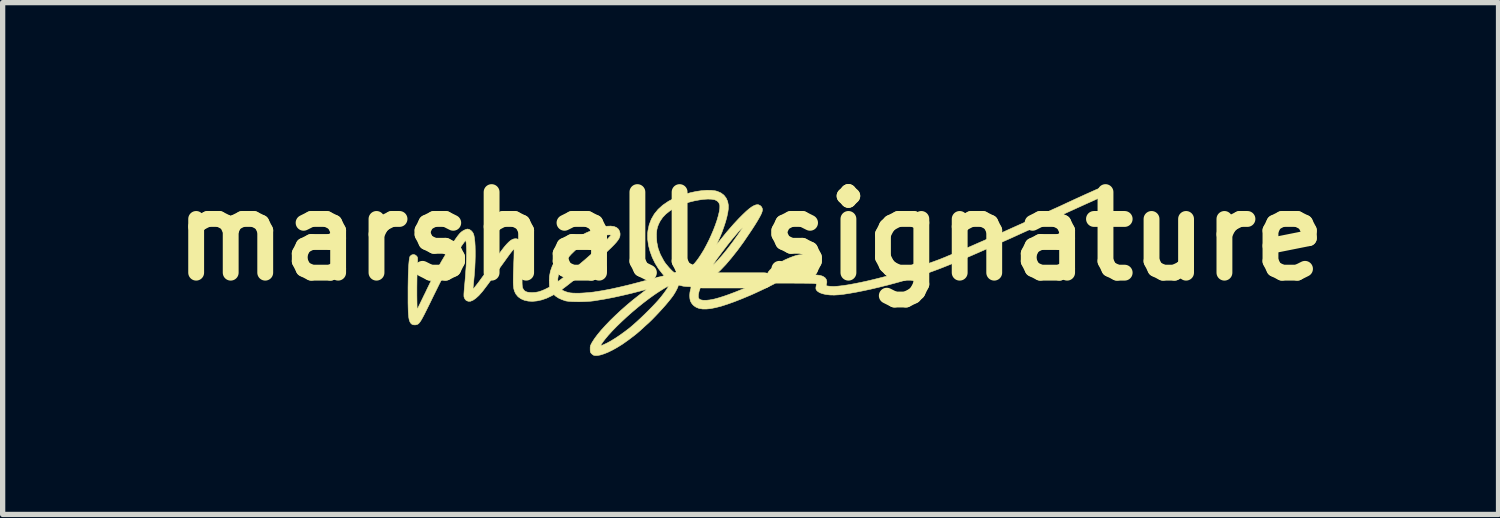
<source format=kicad_pcb>
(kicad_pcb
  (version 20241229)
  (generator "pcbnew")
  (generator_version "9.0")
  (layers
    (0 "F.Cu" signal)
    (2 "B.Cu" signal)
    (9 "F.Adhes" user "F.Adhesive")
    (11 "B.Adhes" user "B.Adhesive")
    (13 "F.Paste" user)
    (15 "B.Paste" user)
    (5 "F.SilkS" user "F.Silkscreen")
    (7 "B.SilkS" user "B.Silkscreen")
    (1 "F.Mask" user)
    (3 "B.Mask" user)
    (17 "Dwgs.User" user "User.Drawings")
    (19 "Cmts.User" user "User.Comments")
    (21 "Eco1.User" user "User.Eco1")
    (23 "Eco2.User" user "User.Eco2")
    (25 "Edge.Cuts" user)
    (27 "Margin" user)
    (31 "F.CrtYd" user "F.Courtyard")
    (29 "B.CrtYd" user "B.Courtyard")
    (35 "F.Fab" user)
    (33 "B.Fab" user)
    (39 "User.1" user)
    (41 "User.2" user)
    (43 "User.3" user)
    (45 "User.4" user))
  (footprint "marshall_signature"
    (layer "F.Cu")
    (at 11.147 1.418)
    (property "Reference" "marshall_signature" (at 0 0 0) (layer "F.SilkS") (effects (font (size 1.524 1.524) (thickness 0.3))))
    (attr through_hole)
    (fp_poly (pts (xy 6.691 -0.916) (xy 6.715 -0.898) (xy 6.732 -0.877) (xy 6.739 -0.859) (xy 6.737 -0.837) (xy 6.735 -0.826) (xy 6.734 -0.817) (xy 6.731 -0.809) (xy 6.726 -0.8) (xy 6.716 -0.791) (xy 6.702 -0.781) (xy 6.682 -0.769) (xy 6.654 -0.754) (xy 6.617 -0.736) (xy 6.571 -0.714) (xy 6.513 -0.687) (xy 6.443 -0.655) (xy 6.359 -0.618) (xy 6.26 -0.573) (xy 6.228 -0.558) (xy 6.185 -0.539) (xy 6.129 -0.513) (xy 6.062 -0.483) (xy 5.988 -0.449) (xy 5.91 -0.413) (xy 5.83 -0.377) (xy 5.765 -0.347) (xy 5.532 -0.241) (xy 5.315 -0.142) (xy 5.112 -0.05) (xy 4.924 0.036) (xy 4.748 0.114) (xy 4.585 0.187) (xy 4.434 0.254) (xy 4.293 0.316) (xy 4.162 0.373) (xy 4.04 0.425) (xy 3.927 0.472) (xy 3.821 0.516) (xy 3.722 0.556) (xy 3.629 0.593) (xy 3.541 0.627) (xy 3.457 0.658) (xy 3.377 0.687) (xy 3.299 0.714) (xy 3.224 0.74) (xy 3.22 0.741) (xy 3.072 0.788) (xy 2.918 0.835) (xy 2.76 0.879) (xy 2.601 0.922) (xy 2.443 0.961) (xy 2.288 0.998) (xy 2.139 1.03) (xy 1.999 1.058) (xy 1.868 1.081) (xy 1.751 1.099) (xy 1.669 1.108) (xy 1.582 1.113) (xy 1.5 1.111) (xy 1.424 1.102) (xy 1.359 1.087) (xy 1.305 1.067) (xy 1.266 1.041) (xy 1.263 1.038) (xy 1.244 1.017) (xy 1.236 0.998) (xy 1.235 0.975) (xy 1.236 0.968) (xy 1.24 0.941) (xy 1.245 0.919) (xy 1.246 0.915) (xy 1.248 0.909) (xy 1.246 0.904) (xy 1.238 0.9) (xy 1.224 0.897) (xy 1.202 0.894) (xy 1.17 0.892) (xy 1.128 0.891) (xy 1.072 0.89) (xy 1.003 0.889) (xy 0.918 0.889) (xy 0.834 0.888) (xy 0.475 0.887) (xy 0.322 0.964) (xy 0.26 0.994) (xy 0.188 1.028) (xy 0.113 1.063) (xy 0.041 1.096) (xy 0 1.114) (xy -0.16 1.181) (xy -0.305 1.238) (xy -0.437 1.285) (xy -0.555 1.323) (xy -0.661 1.35) (xy -0.755 1.369) (xy -0.838 1.377) (xy -0.91 1.376) (xy -0.973 1.366) (xy -1.026 1.346) (xy -1.07 1.317) (xy -1.096 1.292) (xy -1.118 1.263) (xy -1.135 1.232) (xy -1.141 1.217) (xy -1.149 1.173) (xy -1.152 1.12) (xy -1.148 1.067) (xy -1.139 1.02) (xy -1.139 1.02) (xy -1.129 0.986) (xy -1.127 0.966) (xy -1.135 0.956) (xy -1.156 0.953) (xy -1.186 0.953) (xy -1.229 0.95) (xy -1.273 0.945) (xy -1.3 0.939) (xy -1.335 0.93) (xy -1.356 0.926) (xy -1.366 0.928) (xy -1.369 0.934) (xy -1.37 0.939) (xy -1.374 0.957) (xy -1.387 0.986) (xy -1.405 1.022) (xy -1.427 1.062) (xy -1.451 1.101) (xy -1.463 1.12) (xy -1.5 1.17) (xy -1.547 1.229) (xy -1.603 1.296) (xy -1.665 1.366) (xy -1.731 1.438) (xy -1.798 1.509) (xy -1.864 1.577) (xy -1.927 1.638) (xy -1.955 1.663) (xy -1.994 1.698) (xy -2.031 1.732) (xy -2.063 1.761) (xy -2.086 1.783) (xy -2.091 1.787) (xy -2.133 1.823) (xy -2.185 1.866) (xy -2.245 1.912) (xy -2.307 1.959) (xy -2.369 2.003) (xy -2.424 2.042) (xy -2.44 2.052) (xy -2.531 2.108) (xy -2.618 2.156) (xy -2.7 2.196) (xy -2.776 2.226) (xy -2.844 2.247) (xy -2.902 2.257) (xy -2.948 2.256) (xy -2.971 2.25) (xy -2.989 2.238) (xy -3.01 2.22) (xy -3.012 2.218) (xy -3.024 2.202) (xy -3.031 2.184) (xy -3.034 2.157) (xy -3.034 2.133) (xy -3.034 2.102) (xy -3.03 2.077) (xy -3.025 2.064) (xy -2.833 2.064) (xy -2.83 2.067) (xy -2.819 2.065) (xy -2.816 2.064) (xy -2.797 2.058) (xy -2.767 2.045) (xy -2.73 2.028) (xy -2.708 2.017) (xy -2.634 1.976) (xy -2.55 1.924) (xy -2.461 1.864) (xy -2.369 1.797) (xy -2.277 1.726) (xy -2.268 1.718) (xy -2.212 1.67) (xy -2.148 1.613) (xy -2.078 1.548) (xy -2.006 1.479) (xy -1.934 1.408) (xy -1.866 1.339) (xy -1.803 1.273) (xy -1.749 1.214) (xy -1.716 1.175) (xy -1.681 1.132) (xy -1.647 1.088) (xy -1.616 1.046) (xy -1.59 1.009) (xy -1.57 0.978) (xy -1.558 0.956) (xy -1.555 0.946) (xy -1.555 0.945) (xy -1.565 0.948) (xy -1.587 0.959) (xy -1.62 0.978) (xy -1.661 1.003) (xy -1.709 1.033) (xy -1.76 1.066) (xy -1.812 1.101) (xy -1.818 1.105) (xy -1.92 1.178) (xy -2.025 1.258) (xy -2.132 1.344) (xy -2.238 1.433) (xy -2.341 1.524) (xy -2.44 1.616) (xy -2.533 1.706) (xy -2.618 1.793) (xy -2.692 1.874) (xy -2.755 1.95) (xy -2.794 2.001) (xy -2.816 2.034) (xy -2.829 2.054) (xy -2.833 2.064) (xy -3.025 2.064) (xy -3.021 2.053) (xy -3.006 2.023) (xy -2.994 2.002) (xy -2.95 1.934) (xy -2.893 1.858) (xy -2.824 1.775) (xy -2.743 1.686) (xy -2.654 1.593) (xy -2.556 1.498) (xy -2.453 1.402) (xy -2.344 1.306) (xy -2.232 1.212) (xy -2.118 1.122) (xy -2.046 1.067) (xy -2.015 1.043) (xy -1.99 1.024) (xy -1.975 1.011) (xy -1.972 1.007) (xy -1.983 1.009) (xy -2.008 1.015) (xy -2.044 1.025) (xy -2.088 1.037) (xy -2.112 1.043) (xy -2.267 1.083) (xy -2.43 1.121) (xy -2.594 1.157) (xy -2.755 1.188) (xy -2.907 1.213) (xy -2.962 1.222) (xy -3.022 1.229) (xy -3.091 1.234) (xy -3.165 1.237) (xy -3.24 1.239) (xy -3.313 1.238) (xy -3.38 1.236) (xy -3.438 1.232) (xy -3.483 1.226) (xy -3.502 1.222) (xy -3.57 1.198) (xy -3.63 1.171) (xy -3.678 1.14) (xy -3.689 1.132) (xy -3.72 1.104) (xy -3.763 1.127) (xy -3.857 1.172) (xy -3.95 1.204) (xy -4.041 1.224) (xy -4.127 1.232) (xy -4.207 1.227) (xy -4.28 1.211) (xy -4.344 1.183) (xy -4.398 1.144) (xy -4.44 1.093) (xy -4.464 1.044) (xy -4.472 1.019) (xy -4.479 0.992) (xy -4.483 0.961) (xy -4.487 0.924) (xy -4.489 0.879) (xy -4.489 0.823) (xy -4.488 0.756) (xy -4.486 0.675) (xy -4.482 0.578) (xy -4.481 0.556) (xy -4.479 0.484) (xy -4.476 0.417) (xy -4.475 0.359) (xy -4.474 0.311) (xy -4.474 0.275) (xy -4.474 0.253) (xy -4.475 0.248) (xy -4.478 0.247) (xy -4.483 0.25) (xy -4.492 0.258) (xy -4.503 0.271) (xy -4.52 0.292) (xy -4.542 0.32) (xy -4.57 0.358) (xy -4.605 0.406) (xy -4.648 0.466) (xy -4.7 0.538) (xy -4.761 0.623) (xy -4.769 0.634) (xy -4.821 0.707) (xy -4.873 0.778) (xy -4.922 0.845) (xy -4.968 0.908) (xy -5.009 0.962) (xy -5.043 1.007) (xy -5.069 1.041) (xy -5.079 1.053) (xy -5.141 1.123) (xy -5.199 1.175) (xy -5.251 1.211) (xy -5.298 1.23) (xy -5.34 1.231) (xy -5.377 1.216) (xy -5.394 1.2) (xy -5.41 1.175) (xy -5.421 1.145) (xy -5.421 1.144) (xy -5.422 1.126) (xy -5.422 1.092) (xy -5.419 1.047) (xy -5.415 0.993) (xy -5.41 0.933) (xy -5.407 0.907) (xy -5.4 0.831) (xy -5.393 0.746) (xy -5.387 0.658) (xy -5.381 0.574) (xy -5.377 0.508) (xy -5.374 0.436) (xy -5.373 0.365) (xy -5.372 0.298) (xy -5.373 0.235) (xy -5.375 0.181) (xy -5.378 0.137) (xy -5.382 0.105) (xy -5.387 0.087) (xy -5.391 0.084) (xy -5.401 0.093) (xy -5.42 0.117) (xy -5.445 0.152) (xy -5.476 0.197) (xy -5.511 0.25) (xy -5.55 0.309) (xy -5.59 0.372) (xy -5.631 0.438) (xy -5.672 0.505) (xy -5.711 0.57) (xy -5.74 0.621) (xy -5.76 0.658) (xy -5.787 0.708) (xy -5.82 0.771) (xy -5.856 0.842) (xy -5.896 0.921) (xy -5.937 1.004) (xy -5.979 1.089) (xy -6.011 1.154) (xy -6.061 1.257) (xy -6.105 1.346) (xy -6.142 1.42) (xy -6.173 1.482) (xy -6.2 1.533) (xy -6.222 1.573) (xy -6.241 1.604) (xy -6.257 1.627) (xy -6.271 1.644) (xy -6.283 1.656) (xy -6.295 1.664) (xy -6.296 1.665) (xy -6.33 1.676) (xy -6.367 1.677) (xy -6.399 1.669) (xy -6.41 1.662) (xy -6.426 1.647) (xy -6.439 1.628) (xy -6.45 1.604) (xy -6.459 1.573) (xy -6.466 1.533) (xy -6.471 1.483) (xy -6.475 1.422) (xy -6.477 1.348) (xy -6.479 1.259) (xy -6.479 1.155) (xy -6.479 1.107) (xy -6.479 0.97) (xy -6.477 0.846) (xy -6.475 0.735) (xy -6.471 0.637) (xy -6.467 0.554) (xy -6.461 0.486) (xy -6.455 0.433) (xy -6.448 0.398) (xy -6.442 0.381) (xy -6.414 0.356) (xy -6.381 0.346) (xy -6.348 0.352) (xy -6.318 0.374) (xy -6.312 0.382) (xy -6.306 0.39) (xy -6.302 0.399) (xy -6.299 0.412) (xy -6.298 0.43) (xy -6.298 0.457) (xy -6.299 0.493) (xy -6.301 0.543) (xy -6.304 0.608) (xy -6.304 0.627) (xy -6.307 0.698) (xy -6.31 0.783) (xy -6.311 0.874) (xy -6.312 0.968) (xy -6.312 1.058) (xy -6.312 1.12) (xy -6.311 1.197) (xy -6.31 1.258) (xy -6.309 1.304) (xy -6.308 1.337) (xy -6.307 1.358) (xy -6.305 1.37) (xy -6.302 1.373) (xy -6.299 1.37) (xy -6.295 1.362) (xy -6.294 1.361) (xy -6.286 1.344) (xy -6.271 1.313) (xy -6.251 1.272) (xy -6.227 1.222) (xy -6.2 1.167) (xy -6.182 1.129) (xy -6.151 1.067) (xy -6.121 1.003) (xy -6.091 0.942) (xy -6.065 0.888) (xy -6.044 0.844) (xy -6.037 0.83) (xy -5.996 0.748) (xy -5.949 0.66) (xy -5.898 0.568) (xy -5.845 0.473) (xy -5.789 0.379) (xy -5.733 0.287) (xy -5.679 0.2) (xy -5.627 0.121) (xy -5.579 0.05) (xy -5.537 -0.008) (xy -5.502 -0.051) (xy -5.473 -0.079) (xy -5.436 -0.105) (xy -5.397 -0.124) (xy -5.363 -0.135) (xy -5.352 -0.136) (xy -5.319 -0.128) (xy -5.286 -0.106) (xy -5.257 -0.074) (xy -5.246 -0.054) (xy -5.233 -0.017) (xy -5.223 0.037) (xy -5.215 0.106) (xy -5.21 0.187) (xy -5.208 0.279) (xy -5.208 0.381) (xy -5.211 0.49) (xy -5.216 0.604) (xy -5.225 0.723) (xy -5.236 0.844) (xy -5.239 0.875) (xy -5.243 0.919) (xy -5.247 0.956) (xy -5.249 0.983) (xy -5.249 0.995) (xy -5.249 0.996) (xy -5.241 0.991) (xy -5.224 0.972) (xy -5.199 0.941) (xy -5.166 0.899) (xy -5.127 0.847) (xy -5.082 0.785) (xy -5.082 0.785) (xy -5.046 0.736) (xy -5.01 0.685) (xy -4.975 0.636) (xy -4.946 0.596) (xy -4.935 0.581) (xy -4.911 0.548) (xy -4.879 0.504) (xy -4.844 0.454) (xy -4.806 0.401) (xy -4.775 0.358) (xy -4.715 0.276) (xy -4.663 0.208) (xy -4.617 0.154) (xy -4.576 0.112) (xy -4.54 0.081) (xy -4.506 0.061) (xy -4.475 0.05) (xy -4.443 0.047) (xy -4.429 0.048) (xy -4.389 0.059) (xy -4.358 0.084) (xy -4.334 0.124) (xy -4.33 0.135) (xy -4.325 0.149) (xy -4.321 0.165) (xy -4.319 0.184) (xy -4.317 0.21) (xy -4.316 0.244) (xy -4.316 0.289) (xy -4.316 0.348) (xy -4.317 0.422) (xy -4.318 0.435) (xy -4.319 0.545) (xy -4.321 0.639) (xy -4.322 0.717) (xy -4.322 0.782) (xy -4.322 0.835) (xy -4.322 0.877) (xy -4.321 0.909) (xy -4.319 0.935) (xy -4.317 0.954) (xy -4.314 0.969) (xy -4.31 0.98) (xy -4.306 0.991) (xy -4.304 0.993) (xy -4.284 1.024) (xy -4.257 1.045) (xy -4.22 1.058) (xy -4.171 1.064) (xy -4.128 1.065) (xy -4.069 1.062) (xy -4.013 1.052) (xy -3.955 1.033) (xy -3.89 1.006) (xy -3.855 0.988) (xy -3.804 0.963) (xy -3.808 0.868) (xy -3.807 0.832) (xy -3.648 0.832) (xy -3.646 0.849) (xy -3.643 0.853) (xy -3.633 0.848) (xy -3.613 0.834) (xy -3.586 0.815) (xy -3.58 0.81) (xy -3.501 0.748) (xy -3.414 0.679) (xy -3.324 0.605) (xy -3.231 0.527) (xy -3.137 0.448) (xy -3.046 0.368) (xy -2.959 0.291) (xy -2.879 0.218) (xy -2.806 0.151) (xy -2.745 0.091) (xy -2.703 0.049) (xy -2.635 -0.023) (xy -2.667 -0.026) (xy -2.712 -0.024) (xy -2.769 -0.014) (xy -2.836 0.005) (xy -2.908 0.03) (xy -2.984 0.062) (xy -3.06 0.097) (xy -3.133 0.136) (xy -3.201 0.177) (xy -3.243 0.207) (xy -3.32 0.269) (xy -3.394 0.341) (xy -3.463 0.419) (xy -3.523 0.499) (xy -3.574 0.579) (xy -3.61 0.655) (xy -3.613 0.66) (xy -3.623 0.693) (xy -3.633 0.73) (xy -3.641 0.769) (xy -3.646 0.804) (xy -3.648 0.832) (xy -3.807 0.832) (xy -3.805 0.764) (xy -3.786 0.662) (xy -3.75 0.561) (xy -3.698 0.461) (xy -3.628 0.36) (xy -3.541 0.258) (xy -3.497 0.213) (xy -3.407 0.129) (xy -3.317 0.057) (xy -3.221 -0.005) (xy -3.116 -0.061) (xy -2.998 -0.112) (xy -2.894 -0.149) (xy -2.8 -0.175) (xy -2.717 -0.189) (xy -2.645 -0.192) (xy -2.584 -0.184) (xy -2.535 -0.164) (xy -2.499 -0.133) (xy -2.477 -0.091) (xy -2.469 -0.054) (xy -2.469 -0.022) (xy -2.474 0.009) (xy -2.487 0.04) (xy -2.508 0.074) (xy -2.539 0.114) (xy -2.581 0.16) (xy -2.636 0.216) (xy -2.646 0.225) (xy -2.757 0.331) (xy -2.88 0.444) (xy -3.011 0.558) (xy -3.145 0.673) (xy -3.28 0.783) (xy -3.411 0.886) (xy -3.429 0.9) (xy -3.471 0.933) (xy -3.509 0.962) (xy -3.54 0.985) (xy -3.56 1.001) (xy -3.569 1.008) (xy -3.567 1.016) (xy -3.551 1.026) (xy -3.525 1.038) (xy -3.491 1.051) (xy -3.455 1.062) (xy -3.418 1.07) (xy -3.408 1.072) (xy -3.359 1.076) (xy -3.295 1.078) (xy -3.22 1.077) (xy -3.139 1.072) (xy -3.054 1.065) (xy -2.969 1.056) (xy -2.944 1.052) (xy -2.805 1.03) (xy -2.65 1.001) (xy -2.482 0.964) (xy -2.301 0.921) (xy -2.109 0.871) (xy -2.023 0.848) (xy -1.958 0.83) (xy -1.892 0.813) (xy -1.831 0.797) (xy -1.778 0.783) (xy -1.776 0.783) (xy -1.208 0.783) (xy -1.205 0.787) (xy -1.187 0.789) (xy -1.179 0.789) (xy -1.144 0.787) (xy -1.105 0.782) (xy -1.087 0.779) (xy -1.057 0.772) (xy -1.04 0.763) (xy -1.027 0.748) (xy -1.017 0.728) (xy -0.997 0.688) (xy -1.029 0.707) (xy -1.053 0.72) (xy -1.088 0.735) (xy -1.124 0.748) (xy -1.168 0.764) (xy -1.196 0.775) (xy -1.208 0.783) (xy -1.776 0.783) (xy -1.736 0.772) (xy -1.722 0.769) (xy -1.634 0.748) (xy -1.666 0.712) (xy -1.741 0.616) (xy -1.806 0.511) (xy -1.86 0.4) (xy -1.902 0.285) (xy -1.932 0.169) (xy -1.947 0.055) (xy -1.947 -0.005) (xy -1.781 -0.005) (xy -1.773 0.115) (xy -1.749 0.231) (xy -1.707 0.344) (xy -1.647 0.456) (xy -1.63 0.484) (xy -1.607 0.517) (xy -1.578 0.552) (xy -1.547 0.589) (xy -1.515 0.624) (xy -1.485 0.654) (xy -1.46 0.676) (xy -1.443 0.688) (xy -1.438 0.689) (xy -1.426 0.686) (xy -1.402 0.677) (xy -1.369 0.664) (xy -1.347 0.654) (xy -1.3 0.635) (xy -1.248 0.615) (xy -1.2 0.598) (xy -1.19 0.594) (xy -1.15 0.58) (xy -1.117 0.563) (xy -1.092 0.544) (xy -0.711 0.544) (xy -0.71 0.548) (xy -0.7 0.539) (xy -0.681 0.52) (xy -0.655 0.493) (xy -0.623 0.459) (xy -0.589 0.42) (xy -0.552 0.378) (xy -0.515 0.335) (xy -0.48 0.292) (xy -0.457 0.264) (xy -0.416 0.212) (xy -0.372 0.154) (xy -0.326 0.093) (xy -0.282 0.031) (xy -0.24 -0.027) (xy -0.204 -0.08) (xy -0.175 -0.124) (xy -0.159 -0.15) (xy -0.156 -0.159) (xy -0.162 -0.155) (xy -0.178 -0.14) (xy -0.202 -0.115) (xy -0.232 -0.082) (xy -0.267 -0.041) (xy -0.306 0.005) (xy -0.344 0.05) (xy -0.392 0.109) (xy -0.441 0.171) (xy -0.491 0.236) (xy -0.54 0.3) (xy -0.585 0.361) (xy -0.627 0.417) (xy -0.662 0.467) (xy -0.689 0.507) (xy -0.707 0.537) (xy -0.711 0.544) (xy -1.092 0.544) (xy -1.088 0.541) (xy -1.058 0.511) (xy -1.025 0.471) (xy -0.987 0.42) (xy -0.936 0.343) (xy -0.884 0.259) (xy -0.835 0.168) (xy -0.787 0.073) (xy -0.743 -0.023) (xy -0.702 -0.119) (xy -0.666 -0.213) (xy -0.635 -0.303) (xy -0.611 -0.386) (xy -0.593 -0.461) (xy -0.583 -0.526) (xy -0.582 -0.578) (xy -0.585 -0.595) (xy -0.601 -0.634) (xy -0.631 -0.666) (xy -0.673 -0.688) (xy -0.681 -0.69) (xy -0.737 -0.7) (xy -0.806 -0.703) (xy -0.886 -0.698) (xy -0.972 -0.686) (xy -1.063 -0.669) (xy -1.155 -0.646) (xy -1.245 -0.617) (xy -1.329 -0.585) (xy -1.437 -0.534) (xy -1.527 -0.479) (xy -1.602 -0.42) (xy -1.663 -0.356) (xy -1.71 -0.287) (xy -1.74 -0.228) (xy -1.76 -0.175) (xy -1.773 -0.121) (xy -1.779 -0.06) (xy -1.781 -0.005) (xy -1.947 -0.005) (xy -1.947 -0.054) (xy -1.942 -0.103) (xy -1.918 -0.217) (xy -1.877 -0.323) (xy -1.821 -0.42) (xy -1.749 -0.508) (xy -1.662 -0.587) (xy -1.558 -0.658) (xy -1.537 -0.67) (xy -1.446 -0.716) (xy -1.347 -0.758) (xy -1.244 -0.793) (xy -1.138 -0.823) (xy -1.032 -0.846) (xy -0.93 -0.861) (xy -0.833 -0.869) (xy -0.745 -0.868) (xy -0.668 -0.859) (xy -0.63 -0.849) (xy -0.561 -0.819) (xy -0.505 -0.777) (xy -0.463 -0.723) (xy -0.434 -0.659) (xy -0.42 -0.585) (xy -0.421 -0.518) (xy -0.431 -0.447) (xy -0.449 -0.363) (xy -0.474 -0.271) (xy -0.506 -0.174) (xy -0.542 -0.074) (xy -0.583 0.025) (xy -0.604 0.07) (xy -0.62 0.105) (xy -0.632 0.133) (xy -0.639 0.15) (xy -0.64 0.154) (xy -0.634 0.148) (xy -0.619 0.129) (xy -0.598 0.103) (xy -0.582 0.083) (xy -0.452 -0.078) (xy -0.319 -0.231) (xy -0.22 -0.337) (xy -0.146 -0.411) (xy -0.082 -0.472) (xy -0.026 -0.52) (xy 0.022 -0.555) (xy 0.064 -0.579) (xy 0.101 -0.593) (xy 0.133 -0.597) (xy 0.149 -0.595) (xy 0.182 -0.58) (xy 0.209 -0.553) (xy 0.223 -0.52) (xy 0.225 -0.499) (xy 0.22 -0.472) (xy 0.209 -0.438) (xy 0.19 -0.397) (xy 0.162 -0.346) (xy 0.126 -0.284) (xy 0.081 -0.211) (xy 0.026 -0.126) (xy -0.017 -0.062) (xy -0.135 0.112) (xy -0.25 0.269) (xy -0.362 0.41) (xy -0.468 0.535) (xy -0.571 0.643) (xy -0.669 0.734) (xy -0.763 0.808) (xy -0.852 0.865) (xy -0.855 0.867) (xy -0.921 0.903) (xy -0.952 0.98) (xy -0.975 1.046) (xy -0.987 1.104) (xy -0.988 1.151) (xy -0.985 1.164) (xy -0.971 1.188) (xy -0.94 1.204) (xy -0.896 1.212) (xy -0.84 1.212) (xy -0.772 1.205) (xy -0.694 1.19) (xy -0.688 1.189) (xy -0.607 1.167) (xy -0.511 1.137) (xy -0.405 1.1) (xy -0.289 1.056) (xy -0.167 1.007) (xy -0.04 0.953) (xy 0.088 0.895) (xy 0.179 0.852) (xy 0.308 0.791) (xy 0.308 0.758) (xy 0.315 0.717) (xy 0.335 0.677) (xy 0.369 0.635) (xy 0.419 0.59) (xy 0.485 0.542) (xy 0.495 0.535) (xy 0.574 0.487) (xy 0.654 0.445) (xy 0.742 0.407) (xy 0.794 0.387) (xy 0.843 0.37) (xy 0.882 0.359) (xy 0.916 0.353) (xy 0.952 0.35) (xy 0.963 0.35) (xy 1 0.35) (xy 1.024 0.353) (xy 1.04 0.359) (xy 1.054 0.369) (xy 1.056 0.371) (xy 1.078 0.401) (xy 1.085 0.436) (xy 1.075 0.477) (xy 1.072 0.484) (xy 1.052 0.515) (xy 1.015 0.551) (xy 0.963 0.593) (xy 0.895 0.64) (xy 0.846 0.672) (xy 0.816 0.691) (xy 0.793 0.707) (xy 0.781 0.717) (xy 0.781 0.719) (xy 0.789 0.721) (xy 0.813 0.723) (xy 0.851 0.724) (xy 0.899 0.725) (xy 0.955 0.726) (xy 0.996 0.726) (xy 1.085 0.727) (xy 1.159 0.728) (xy 1.219 0.731) (xy 1.267 0.735) (xy 1.306 0.74) (xy 1.337 0.748) (xy 1.363 0.757) (xy 1.372 0.761) (xy 1.411 0.788) (xy 1.435 0.824) (xy 1.443 0.866) (xy 1.434 0.91) (xy 1.43 0.924) (xy 1.432 0.933) (xy 1.444 0.939) (xy 1.467 0.943) (xy 1.506 0.947) (xy 1.517 0.948) (xy 1.576 0.95) (xy 1.651 0.945) (xy 1.74 0.935) (xy 1.841 0.92) (xy 1.952 0.9) (xy 2.074 0.876) (xy 2.203 0.848) (xy 2.338 0.816) (xy 2.477 0.781) (xy 2.62 0.743) (xy 2.765 0.704) (xy 2.909 0.662) (xy 3.052 0.618) (xy 3.192 0.574) (xy 3.328 0.528) (xy 3.457 0.482) (xy 3.579 0.437) (xy 3.683 0.395) (xy 3.702 0.387) (xy 3.734 0.373) (xy 3.776 0.356) (xy 3.824 0.337) (xy 3.855 0.323) (xy 3.918 0.297) (xy 3.995 0.265) (xy 4.084 0.226) (xy 4.185 0.182) (xy 4.294 0.134) (xy 4.411 0.083) (xy 4.533 0.029) (xy 4.659 -0.027) (xy 4.786 -0.083) (xy 4.912 -0.14) (xy 5.037 -0.196) (xy 5.157 -0.25) (xy 5.272 -0.302) (xy 5.379 -0.351) (xy 5.476 -0.395) (xy 5.562 -0.435) (xy 5.604 -0.455) (xy 5.651 -0.477) (xy 5.704 -0.501) (xy 5.752 -0.523) (xy 5.76 -0.526) (xy 5.804 -0.546) (xy 5.855 -0.569) (xy 5.906 -0.593) (xy 5.928 -0.603) (xy 5.98 -0.628) (xy 6.046 -0.658) (xy 6.125 -0.695) (xy 6.215 -0.736) (xy 6.313 -0.781) (xy 6.418 -0.828) (xy 6.485 -0.858) (xy 6.534 -0.88) (xy 6.58 -0.899) (xy 6.619 -0.914) (xy 6.647 -0.923) (xy 6.66 -0.925) (xy 6.691 -0.916)) (stroke (width 0.01) (type solid)) (fill yes) (layer "F.SilkS")))
  (gr_rect
    (start -3 -3)
    (end 25.294 6.68)
    (stroke (width 0.1) (type default))
    (fill no)
    (layer "Edge.Cuts")))
</source>
